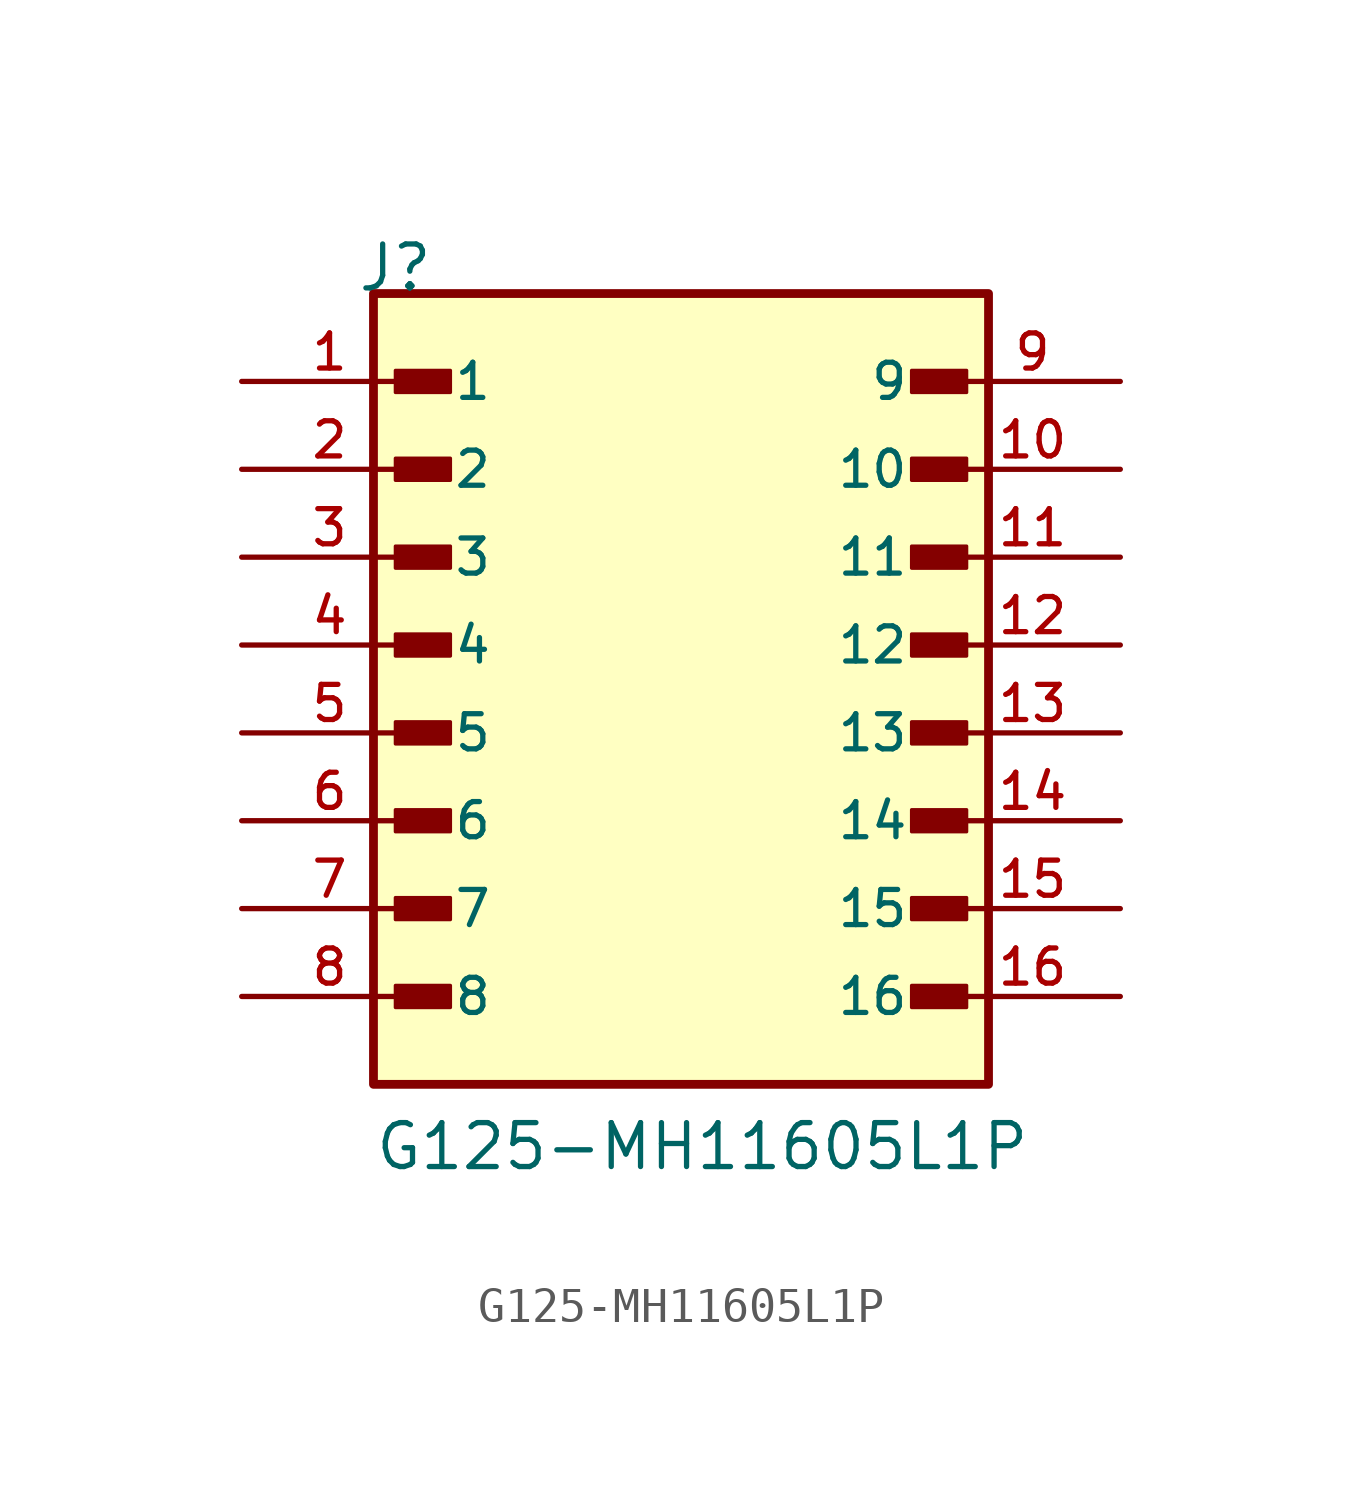
<source format=kicad_sym>
(kicad_symbol_lib
  (version 20241209)
  (generator "kicad_symbol_editor")
  (generator_version "9.0")
  (symbol "G125-MH11605L1P"
    (pin_names
      (offset 1.016))
    (property "Reference" "J"
      (at -9.39 12.7 0)
      (effects (font (size 1.27 1.27)) (justify left bottom)))
    (property "Value" "G125-MH11605L1P"
      (at -8.89 -12.7 0)
      (effects (font (size 1.27 1.27)) (justify left bottom)))
    (symbol "G125-MH11605L1P_0_0"
      (rectangle (start -8.89 12.7) (end 8.89 -10.16) (stroke (width 0.254) (type default)) (fill (type background)))
      (rectangle (start -8.255 9.842) (end -6.668 10.477) (stroke (width 0.1) (type default)) (fill (type outline)))
      (rectangle (start -8.255 7.303) (end -6.668 7.938) (stroke (width 0.1) (type default)) (fill (type outline)))
      (rectangle (start -8.255 4.763) (end -6.668 5.397) (stroke (width 0.1) (type default)) (fill (type outline)))
      (rectangle (start -8.255 2.223) (end -6.668 2.857) (stroke (width 0.1) (type default)) (fill (type outline)))
      (rectangle (start -8.255 -0.318) (end -6.668 0.318) (stroke (width 0.1) (type default)) (fill (type outline)))
      (rectangle (start -8.255 -2.857) (end -6.668 -2.223) (stroke (width 0.1) (type default)) (fill (type outline)))
      (rectangle (start -8.255 -5.397) (end -6.668 -4.763) (stroke (width 0.1) (type default)) (fill (type outline)))
      (rectangle (start -8.255 -7.938) (end -6.668 -7.303) (stroke (width 0.1) (type default)) (fill (type outline)))
      (rectangle (start 8.255 9.842) (end 6.668 10.477) (stroke (width 0.1) (type default)) (fill (type outline)))
      (rectangle (start 8.255 7.303) (end 6.668 7.938) (stroke (width 0.1) (type default)) (fill (type outline)))
      (rectangle (start 8.255 4.763) (end 6.668 5.397) (stroke (width 0.1) (type default)) (fill (type outline)))
      (rectangle (start 8.255 2.223) (end 6.668 2.857) (stroke (width 0.1) (type default)) (fill (type outline)))
      (rectangle (start 8.255 -0.318) (end 6.668 0.318) (stroke (width 0.1) (type default)) (fill (type outline)))
      (rectangle (start 8.255 -2.857) (end 6.668 -2.223) (stroke (width 0.1) (type default)) (fill (type outline)))
      (rectangle (start 8.255 -5.397) (end 6.668 -4.763) (stroke (width 0.1) (type default)) (fill (type outline)))
      (rectangle (start 8.255 -7.938) (end 6.668 -7.303) (stroke (width 0.1) (type default)) (fill (type outline)))
      (pin passive line (at -12.7 10.16 0) (length 5.08) (name "1" (effects (font (size 1.016 1.016)))) (number "1" (effects (font (size 1.016 1.016)))))
      (pin passive line (at -12.7 7.62 0) (length 5.08) (name "2" (effects (font (size 1.016 1.016)))) (number "2" (effects (font (size 1.016 1.016)))))
      (pin passive line (at -12.7 5.08 0) (length 5.08) (name "3" (effects (font (size 1.016 1.016)))) (number "3" (effects (font (size 1.016 1.016)))))
      (pin passive line (at -12.7 2.54 0) (length 5.08) (name "4" (effects (font (size 1.016 1.016)))) (number "4" (effects (font (size 1.016 1.016)))))
      (pin passive line (at -12.7 0 0) (length 5.08) (name "5" (effects (font (size 1.016 1.016)))) (number "5" (effects (font (size 1.016 1.016)))))
      (pin passive line (at -12.7 -2.54 0) (length 5.08) (name "6" (effects (font (size 1.016 1.016)))) (number "6" (effects (font (size 1.016 1.016)))))
      (pin passive line (at -12.7 -5.08 0) (length 5.08) (name "7" (effects (font (size 1.016 1.016)))) (number "7" (effects (font (size 1.016 1.016)))))
      (pin passive line (at -12.7 -7.62 0) (length 5.08) (name "8" (effects (font (size 1.016 1.016)))) (number "8" (effects (font (size 1.016 1.016)))))
      (pin passive line (at 12.7 10.16 180) (length 5.08) (name "9" (effects (font (size 1.016 1.016)))) (number "9" (effects (font (size 1.016 1.016)))))
      (pin passive line (at 12.7 7.62 180) (length 5.08) (name "10" (effects (font (size 1.016 1.016)))) (number "10" (effects (font (size 1.016 1.016)))))
      (pin passive line (at 12.7 5.08 180) (length 5.08) (name "11" (effects (font (size 1.016 1.016)))) (number "11" (effects (font (size 1.016 1.016)))))
      (pin passive line (at 12.7 2.54 180) (length 5.08) (name "12" (effects (font (size 1.016 1.016)))) (number "12" (effects (font (size 1.016 1.016)))))
      (pin passive line (at 12.7 0 180) (length 5.08) (name "13" (effects (font (size 1.016 1.016)))) (number "13" (effects (font (size 1.016 1.016)))))
      (pin passive line (at 12.7 -2.54 180) (length 5.08) (name "14" (effects (font (size 1.016 1.016)))) (number "14" (effects (font (size 1.016 1.016)))))
      (pin passive line (at 12.7 -5.08 180) (length 5.08) (name "15" (effects (font (size 1.016 1.016)))) (number "15" (effects (font (size 1.016 1.016)))))
      (pin passive line (at 12.7 -7.62 180) (length 5.08) (name "16" (effects (font (size 1.016 1.016)))) (number "16" (effects (font (size 1.016 1.016))))))))
</source>
